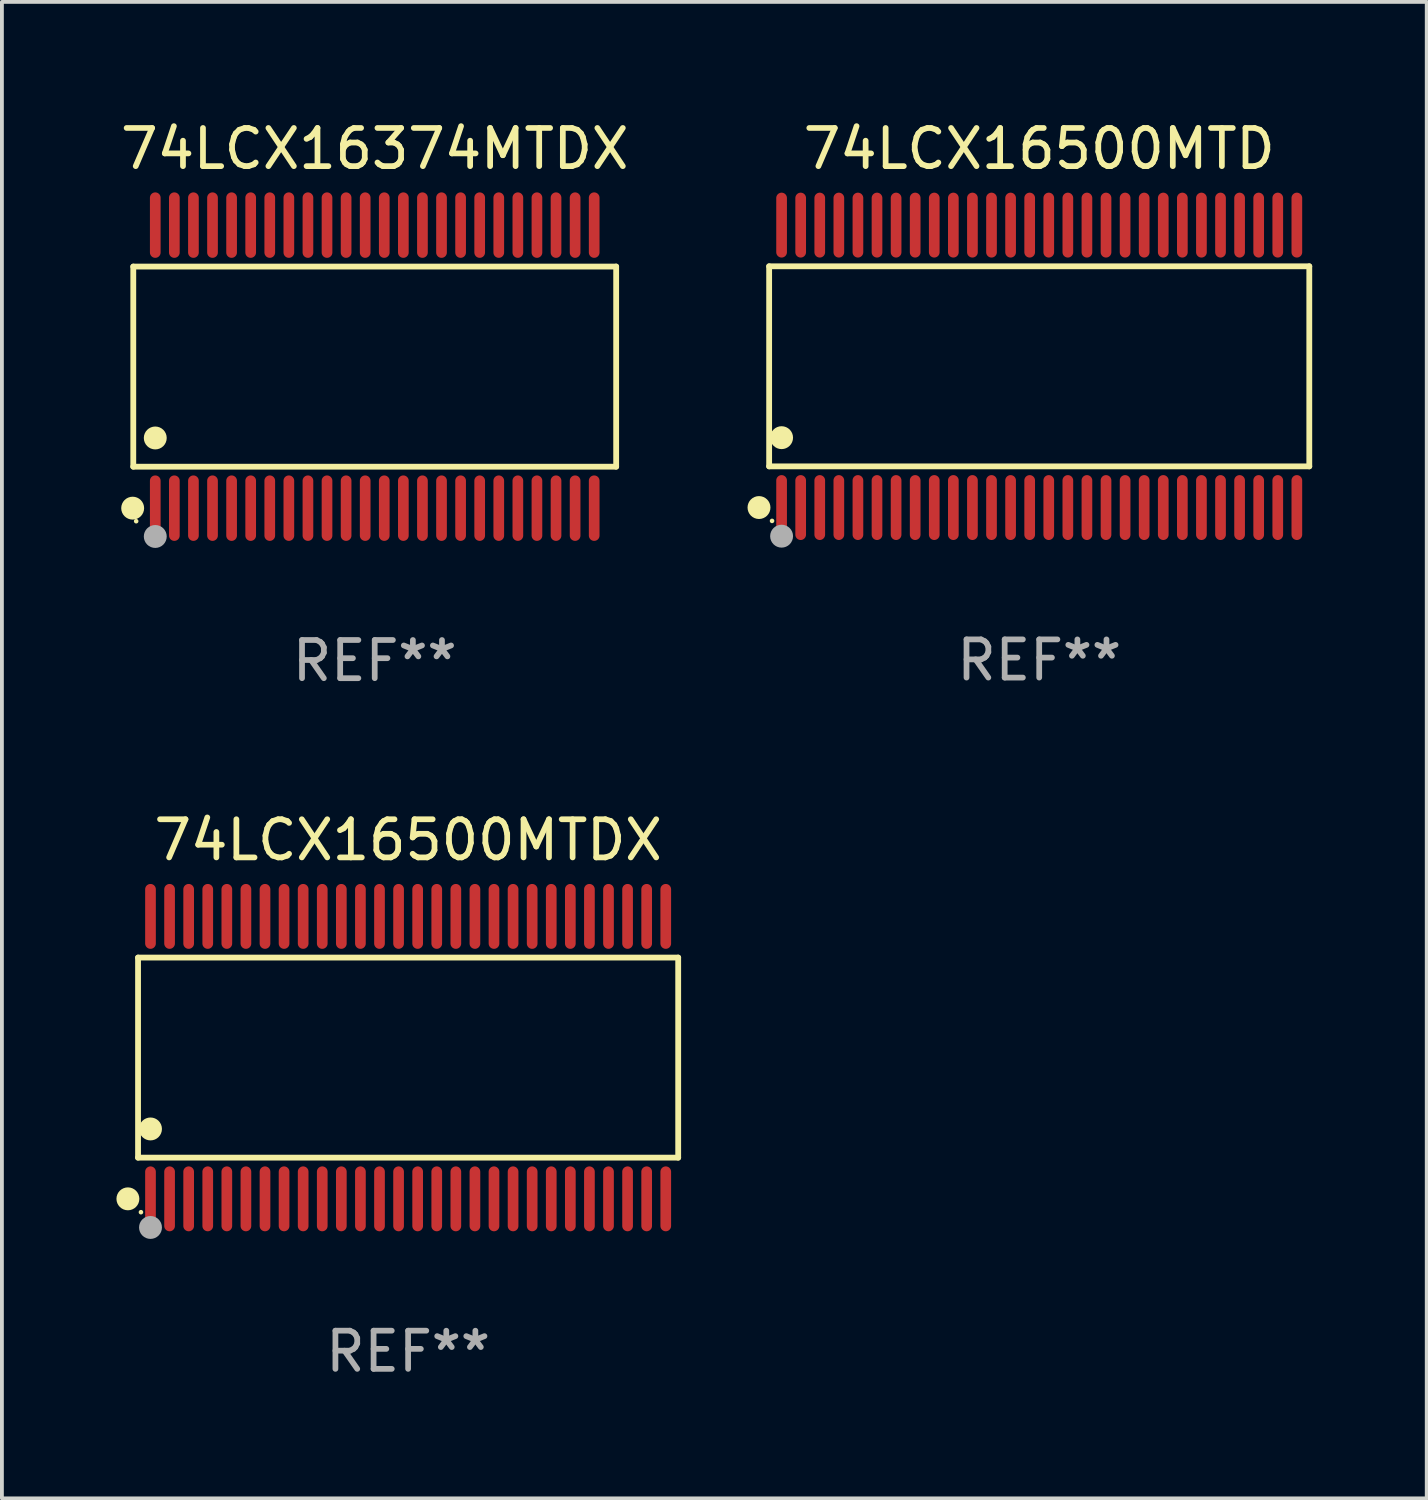
<source format=kicad_pcb>
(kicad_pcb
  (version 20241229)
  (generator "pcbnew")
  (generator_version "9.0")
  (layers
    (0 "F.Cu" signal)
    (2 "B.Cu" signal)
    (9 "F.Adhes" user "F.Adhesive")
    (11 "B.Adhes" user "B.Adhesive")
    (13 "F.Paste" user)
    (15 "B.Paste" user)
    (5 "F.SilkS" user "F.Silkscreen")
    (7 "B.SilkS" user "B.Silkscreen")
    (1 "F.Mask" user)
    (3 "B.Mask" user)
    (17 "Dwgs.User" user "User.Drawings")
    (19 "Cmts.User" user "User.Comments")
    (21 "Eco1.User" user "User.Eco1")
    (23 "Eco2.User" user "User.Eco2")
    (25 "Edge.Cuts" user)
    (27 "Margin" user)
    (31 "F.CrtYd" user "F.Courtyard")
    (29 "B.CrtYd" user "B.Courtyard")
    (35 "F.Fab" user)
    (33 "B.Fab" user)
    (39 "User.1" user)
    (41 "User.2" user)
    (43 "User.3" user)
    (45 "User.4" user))
  (footprint "74LCX16500MTD"
    (layer "F.Cu")
    (at 24.178 6.548)
    (property "Reference" "74LCX16500MTD" (at 0 -5.7 0) (layer "F.SilkS") (effects (font (size 1 1) (thickness 0.15))))
    (attr through_hole)
    (fp_line (start -7.076 -2.621) (end 7.076 -2.621) (stroke (width 0.152) (type solid)) (layer "F.SilkS"))
    (fp_line (start -7.076 2.621) (end -7.076 -2.621) (stroke (width 0.152) (type solid)) (layer "F.SilkS"))
    (fp_line (start 7.076 -2.621) (end 7.076 2.621) (stroke (width 0.152) (type solid)) (layer "F.SilkS"))
    (fp_line (start 7.076 2.621) (end -7.076 2.621) (stroke (width 0.152) (type solid)) (layer "F.SilkS"))
    (fp_circle (center -7.342 3.7) (end -7.192 3.7) (stroke (width 0.3) (type solid)) (fill no) (layer "F.SilkS"))
    (fp_circle (center -7 4.05) (end -6.97 4.05) (stroke (width 0.06) (type solid)) (fill no) (layer "F.SilkS"))
    (fp_circle (center -6.75 1.869) (end -6.6 1.869) (stroke (width 0.3) (type solid)) (fill no) (layer "F.SilkS"))
    (fp_circle (center -6.75 4.45) (end -6.6 4.45) (stroke (width 0.3) (type solid)) (fill no) (layer "F.Fab"))
    (fp_text user "REF**" (at 0 7.7 0) (layer "F.Fab") (effects (font (size 1 1) (thickness 0.15))))
    (pad "1" smd oval (at -6.75 3.7) (size 0.28 1.7) (layers "F.Cu" "F.Mask" "F.Paste"))
    (pad "2" smd oval (at -6.25 3.7) (size 0.28 1.7) (layers "F.Cu" "F.Mask" "F.Paste"))
    (pad "3" smd oval (at -5.75 3.7) (size 0.28 1.7) (layers "F.Cu" "F.Mask" "F.Paste"))
    (pad "4" smd oval (at -5.25 3.7) (size 0.28 1.7) (layers "F.Cu" "F.Mask" "F.Paste"))
    (pad "5" smd oval (at -4.75 3.7) (size 0.28 1.7) (layers "F.Cu" "F.Mask" "F.Paste"))
    (pad "6" smd oval (at -4.25 3.7) (size 0.28 1.7) (layers "F.Cu" "F.Mask" "F.Paste"))
    (pad "7" smd oval (at -3.75 3.7) (size 0.28 1.7) (layers "F.Cu" "F.Mask" "F.Paste"))
    (pad "8" smd oval (at -3.25 3.7) (size 0.28 1.7) (layers "F.Cu" "F.Mask" "F.Paste"))
    (pad "9" smd oval (at -2.75 3.7) (size 0.28 1.7) (layers "F.Cu" "F.Mask" "F.Paste"))
    (pad "10" smd oval (at -2.25 3.7) (size 0.28 1.7) (layers "F.Cu" "F.Mask" "F.Paste"))
    (pad "11" smd oval (at -1.75 3.7) (size 0.28 1.7) (layers "F.Cu" "F.Mask" "F.Paste"))
    (pad "12" smd oval (at -1.25 3.7) (size 0.28 1.7) (layers "F.Cu" "F.Mask" "F.Paste"))
    (pad "13" smd oval (at -0.75 3.7) (size 0.28 1.7) (layers "F.Cu" "F.Mask" "F.Paste"))
    (pad "14" smd oval (at -0.25 3.7) (size 0.28 1.7) (layers "F.Cu" "F.Mask" "F.Paste"))
    (pad "15" smd oval (at 0.25 3.7) (size 0.28 1.7) (layers "F.Cu" "F.Mask" "F.Paste"))
    (pad "16" smd oval (at 0.75 3.7) (size 0.28 1.7) (layers "F.Cu" "F.Mask" "F.Paste"))
    (pad "17" smd oval (at 1.25 3.7) (size 0.28 1.7) (layers "F.Cu" "F.Mask" "F.Paste"))
    (pad "18" smd oval (at 1.75 3.7) (size 0.28 1.7) (layers "F.Cu" "F.Mask" "F.Paste"))
    (pad "19" smd oval (at 2.25 3.7) (size 0.28 1.7) (layers "F.Cu" "F.Mask" "F.Paste"))
    (pad "20" smd oval (at 2.75 3.7) (size 0.28 1.7) (layers "F.Cu" "F.Mask" "F.Paste"))
    (pad "21" smd oval (at 3.25 3.7) (size 0.28 1.7) (layers "F.Cu" "F.Mask" "F.Paste"))
    (pad "22" smd oval (at 3.75 3.7) (size 0.28 1.7) (layers "F.Cu" "F.Mask" "F.Paste"))
    (pad "23" smd oval (at 4.25 3.7) (size 0.28 1.7) (layers "F.Cu" "F.Mask" "F.Paste"))
    (pad "24" smd oval (at 4.75 3.7) (size 0.28 1.7) (layers "F.Cu" "F.Mask" "F.Paste"))
    (pad "25" smd oval (at 5.25 3.7) (size 0.28 1.7) (layers "F.Cu" "F.Mask" "F.Paste"))
    (pad "26" smd oval (at 5.75 3.7) (size 0.28 1.7) (layers "F.Cu" "F.Mask" "F.Paste"))
    (pad "27" smd oval (at 6.25 3.7) (size 0.28 1.7) (layers "F.Cu" "F.Mask" "F.Paste"))
    (pad "28" smd oval (at 6.75 3.7) (size 0.28 1.7) (layers "F.Cu" "F.Mask" "F.Paste"))
    (pad "29" smd oval (at 6.75 -3.7) (size 0.28 1.7) (layers "F.Cu" "F.Mask" "F.Paste"))
    (pad "30" smd oval (at 6.25 -3.7) (size 0.28 1.7) (layers "F.Cu" "F.Mask" "F.Paste"))
    (pad "31" smd oval (at 5.75 -3.7) (size 0.28 1.7) (layers "F.Cu" "F.Mask" "F.Paste"))
    (pad "32" smd oval (at 5.25 -3.7) (size 0.28 1.7) (layers "F.Cu" "F.Mask" "F.Paste"))
    (pad "33" smd oval (at 4.75 -3.7) (size 0.28 1.7) (layers "F.Cu" "F.Mask" "F.Paste"))
    (pad "34" smd oval (at 4.25 -3.7) (size 0.28 1.7) (layers "F.Cu" "F.Mask" "F.Paste"))
    (pad "35" smd oval (at 3.75 -3.7) (size 0.28 1.7) (layers "F.Cu" "F.Mask" "F.Paste"))
    (pad "36" smd oval (at 3.25 -3.7) (size 0.28 1.7) (layers "F.Cu" "F.Mask" "F.Paste"))
    (pad "37" smd oval (at 2.75 -3.7) (size 0.28 1.7) (layers "F.Cu" "F.Mask" "F.Paste"))
    (pad "38" smd oval (at 2.25 -3.7) (size 0.28 1.7) (layers "F.Cu" "F.Mask" "F.Paste"))
    (pad "39" smd oval (at 1.75 -3.7) (size 0.28 1.7) (layers "F.Cu" "F.Mask" "F.Paste"))
    (pad "40" smd oval (at 1.25 -3.7) (size 0.28 1.7) (layers "F.Cu" "F.Mask" "F.Paste"))
    (pad "41" smd oval (at 0.75 -3.7) (size 0.28 1.7) (layers "F.Cu" "F.Mask" "F.Paste"))
    (pad "42" smd oval (at 0.25 -3.7) (size 0.28 1.7) (layers "F.Cu" "F.Mask" "F.Paste"))
    (pad "43" smd oval (at -0.25 -3.7) (size 0.28 1.7) (layers "F.Cu" "F.Mask" "F.Paste"))
    (pad "44" smd oval (at -0.75 -3.7) (size 0.28 1.7) (layers "F.Cu" "F.Mask" "F.Paste"))
    (pad "45" smd oval (at -1.25 -3.7) (size 0.28 1.7) (layers "F.Cu" "F.Mask" "F.Paste"))
    (pad "46" smd oval (at -1.75 -3.7) (size 0.28 1.7) (layers "F.Cu" "F.Mask" "F.Paste"))
    (pad "47" smd oval (at -2.25 -3.7) (size 0.28 1.7) (layers "F.Cu" "F.Mask" "F.Paste"))
    (pad "48" smd oval (at -2.75 -3.7) (size 0.28 1.7) (layers "F.Cu" "F.Mask" "F.Paste"))
    (pad "49" smd oval (at -3.25 -3.7) (size 0.28 1.7) (layers "F.Cu" "F.Mask" "F.Paste"))
    (pad "50" smd oval (at -3.75 -3.7) (size 0.28 1.7) (layers "F.Cu" "F.Mask" "F.Paste"))
    (pad "51" smd oval (at -4.25 -3.7) (size 0.28 1.7) (layers "F.Cu" "F.Mask" "F.Paste"))
    (pad "52" smd oval (at -4.75 -3.7) (size 0.28 1.7) (layers "F.Cu" "F.Mask" "F.Paste"))
    (pad "53" smd oval (at -5.25 -3.7) (size 0.28 1.7) (layers "F.Cu" "F.Mask" "F.Paste"))
    (pad "54" smd oval (at -5.75 -3.7) (size 0.28 1.7) (layers "F.Cu" "F.Mask" "F.Paste"))
    (pad "55" smd oval (at -6.25 -3.7) (size 0.28 1.7) (layers "F.Cu" "F.Mask" "F.Paste"))
    (pad "56" smd oval (at -6.75 -3.7) (size 0.28 1.7) (layers "F.Cu" "F.Mask" "F.Paste")))
  (footprint "74LCX16374MTDX"
    (layer "F.Cu")
    (at 6.768 6.556)
    (property "Reference" "74LCX16374MTDX" (at 0 -5.708 0) (layer "F.SilkS") (effects (font (size 1 1) (thickness 0.15))))
    (attr through_hole)
    (fp_line (start -6.326 -2.622) (end 6.326 -2.622) (stroke (width 0.152) (type solid)) (layer "F.SilkS"))
    (fp_line (start -6.326 2.621) (end -6.326 -2.622) (stroke (width 0.152) (type solid)) (layer "F.SilkS"))
    (fp_line (start 6.326 -2.622) (end 6.326 2.621) (stroke (width 0.152) (type solid)) (layer "F.SilkS"))
    (fp_line (start 6.326 2.621) (end -6.326 2.621) (stroke (width 0.152) (type solid)) (layer "F.SilkS"))
    (fp_circle (center -6.342 3.708) (end -6.192 3.708) (stroke (width 0.3) (type solid)) (fill no) (layer "F.SilkS"))
    (fp_circle (center -6.25 4.05) (end -6.22 4.05) (stroke (width 0.06) (type solid)) (fill no) (layer "F.SilkS"))
    (fp_circle (center -5.75 1.869) (end -5.6 1.869) (stroke (width 0.3) (type solid)) (fill no) (layer "F.SilkS"))
    (fp_circle (center -5.75 4.45) (end -5.6 4.45) (stroke (width 0.3) (type solid)) (fill no) (layer "F.Fab"))
    (fp_text user "REF**" (at 0 7.708 0) (layer "F.Fab") (effects (font (size 1 1) (thickness 0.15))))
    (pad "1" smd oval (at -5.75 3.708) (size 0.28 1.715) (layers "F.Cu" "F.Mask" "F.Paste"))
    (pad "2" smd oval (at -5.25 3.708) (size 0.28 1.715) (layers "F.Cu" "F.Mask" "F.Paste"))
    (pad "3" smd oval (at -4.75 3.708) (size 0.28 1.715) (layers "F.Cu" "F.Mask" "F.Paste"))
    (pad "4" smd oval (at -4.25 3.708) (size 0.28 1.715) (layers "F.Cu" "F.Mask" "F.Paste"))
    (pad "5" smd oval (at -3.75 3.708) (size 0.28 1.715) (layers "F.Cu" "F.Mask" "F.Paste"))
    (pad "6" smd oval (at -3.25 3.708) (size 0.28 1.715) (layers "F.Cu" "F.Mask" "F.Paste"))
    (pad "7" smd oval (at -2.75 3.708) (size 0.28 1.715) (layers "F.Cu" "F.Mask" "F.Paste"))
    (pad "8" smd oval (at -2.25 3.708) (size 0.28 1.715) (layers "F.Cu" "F.Mask" "F.Paste"))
    (pad "9" smd oval (at -1.75 3.708) (size 0.28 1.715) (layers "F.Cu" "F.Mask" "F.Paste"))
    (pad "10" smd oval (at -1.25 3.708) (size 0.28 1.715) (layers "F.Cu" "F.Mask" "F.Paste"))
    (pad "11" smd oval (at -0.75 3.708) (size 0.28 1.715) (layers "F.Cu" "F.Mask" "F.Paste"))
    (pad "12" smd oval (at -0.25 3.708) (size 0.28 1.715) (layers "F.Cu" "F.Mask" "F.Paste"))
    (pad "13" smd oval (at 0.25 3.708) (size 0.28 1.715) (layers "F.Cu" "F.Mask" "F.Paste"))
    (pad "14" smd oval (at 0.75 3.708) (size 0.28 1.715) (layers "F.Cu" "F.Mask" "F.Paste"))
    (pad "15" smd oval (at 1.25 3.708) (size 0.28 1.715) (layers "F.Cu" "F.Mask" "F.Paste"))
    (pad "16" smd oval (at 1.75 3.708) (size 0.28 1.715) (layers "F.Cu" "F.Mask" "F.Paste"))
    (pad "17" smd oval (at 2.25 3.708) (size 0.28 1.715) (layers "F.Cu" "F.Mask" "F.Paste"))
    (pad "18" smd oval (at 2.75 3.708) (size 0.28 1.715) (layers "F.Cu" "F.Mask" "F.Paste"))
    (pad "19" smd oval (at 3.25 3.708) (size 0.28 1.715) (layers "F.Cu" "F.Mask" "F.Paste"))
    (pad "20" smd oval (at 3.75 3.708) (size 0.28 1.715) (layers "F.Cu" "F.Mask" "F.Paste"))
    (pad "21" smd oval (at 4.25 3.708) (size 0.28 1.715) (layers "F.Cu" "F.Mask" "F.Paste"))
    (pad "22" smd oval (at 4.75 3.708) (size 0.28 1.715) (layers "F.Cu" "F.Mask" "F.Paste"))
    (pad "23" smd oval (at 5.25 3.708) (size 0.28 1.715) (layers "F.Cu" "F.Mask" "F.Paste"))
    (pad "24" smd oval (at 5.75 3.708) (size 0.28 1.715) (layers "F.Cu" "F.Mask" "F.Paste"))
    (pad "25" smd oval (at 5.75 -3.708) (size 0.28 1.715) (layers "F.Cu" "F.Mask" "F.Paste"))
    (pad "26" smd oval (at 5.25 -3.708) (size 0.28 1.715) (layers "F.Cu" "F.Mask" "F.Paste"))
    (pad "27" smd oval (at 4.75 -3.708) (size 0.28 1.715) (layers "F.Cu" "F.Mask" "F.Paste"))
    (pad "28" smd oval (at 4.25 -3.708) (size 0.28 1.715) (layers "F.Cu" "F.Mask" "F.Paste"))
    (pad "29" smd oval (at 3.75 -3.708) (size 0.28 1.715) (layers "F.Cu" "F.Mask" "F.Paste"))
    (pad "30" smd oval (at 3.25 -3.708) (size 0.28 1.715) (layers "F.Cu" "F.Mask" "F.Paste"))
    (pad "31" smd oval (at 2.75 -3.708) (size 0.28 1.715) (layers "F.Cu" "F.Mask" "F.Paste"))
    (pad "32" smd oval (at 2.25 -3.708) (size 0.28 1.715) (layers "F.Cu" "F.Mask" "F.Paste"))
    (pad "33" smd oval (at 1.75 -3.708) (size 0.28 1.715) (layers "F.Cu" "F.Mask" "F.Paste"))
    (pad "34" smd oval (at 1.25 -3.708) (size 0.28 1.715) (layers "F.Cu" "F.Mask" "F.Paste"))
    (pad "35" smd oval (at 0.75 -3.708) (size 0.28 1.715) (layers "F.Cu" "F.Mask" "F.Paste"))
    (pad "36" smd oval (at 0.25 -3.708) (size 0.28 1.715) (layers "F.Cu" "F.Mask" "F.Paste"))
    (pad "37" smd oval (at -0.25 -3.708) (size 0.28 1.715) (layers "F.Cu" "F.Mask" "F.Paste"))
    (pad "38" smd oval (at -0.75 -3.708) (size 0.28 1.715) (layers "F.Cu" "F.Mask" "F.Paste"))
    (pad "39" smd oval (at -1.25 -3.708) (size 0.28 1.715) (layers "F.Cu" "F.Mask" "F.Paste"))
    (pad "40" smd oval (at -1.75 -3.708) (size 0.28 1.715) (layers "F.Cu" "F.Mask" "F.Paste"))
    (pad "41" smd oval (at -2.25 -3.708) (size 0.28 1.715) (layers "F.Cu" "F.Mask" "F.Paste"))
    (pad "42" smd oval (at -2.75 -3.708) (size 0.28 1.715) (layers "F.Cu" "F.Mask" "F.Paste"))
    (pad "43" smd oval (at -3.25 -3.708) (size 0.28 1.715) (layers "F.Cu" "F.Mask" "F.Paste"))
    (pad "44" smd oval (at -3.75 -3.708) (size 0.28 1.715) (layers "F.Cu" "F.Mask" "F.Paste"))
    (pad "45" smd oval (at -4.25 -3.708) (size 0.28 1.715) (layers "F.Cu" "F.Mask" "F.Paste"))
    (pad "46" smd oval (at -4.75 -3.708) (size 0.28 1.715) (layers "F.Cu" "F.Mask" "F.Paste"))
    (pad "47" smd oval (at -5.25 -3.708) (size 0.28 1.715) (layers "F.Cu" "F.Mask" "F.Paste"))
    (pad "48" smd oval (at -5.75 -3.708) (size 0.28 1.715) (layers "F.Cu" "F.Mask" "F.Paste")))
  (footprint "74LCX16500MTDX"
    (layer "F.Cu")
    (at 7.643 24.66)
    (property "Reference" "74LCX16500MTDX" (at 0 -5.7 0) (layer "F.SilkS") (effects (font (size 1 1) (thickness 0.15))))
    (attr through_hole)
    (fp_line (start -7.076 -2.621) (end 7.076 -2.621) (stroke (width 0.152) (type solid)) (layer "F.SilkS"))
    (fp_line (start -7.076 2.621) (end -7.076 -2.621) (stroke (width 0.152) (type solid)) (layer "F.SilkS"))
    (fp_line (start 7.076 -2.621) (end 7.076 2.621) (stroke (width 0.152) (type solid)) (layer "F.SilkS"))
    (fp_line (start 7.076 2.621) (end -7.076 2.621) (stroke (width 0.152) (type solid)) (layer "F.SilkS"))
    (fp_circle (center -7.342 3.7) (end -7.192 3.7) (stroke (width 0.3) (type solid)) (fill no) (layer "F.SilkS"))
    (fp_circle (center -7 4.05) (end -6.97 4.05) (stroke (width 0.06) (type solid)) (fill no) (layer "F.SilkS"))
    (fp_circle (center -6.75 1.869) (end -6.6 1.869) (stroke (width 0.3) (type solid)) (fill no) (layer "F.SilkS"))
    (fp_circle (center -6.75 4.45) (end -6.6 4.45) (stroke (width 0.3) (type solid)) (fill no) (layer "F.Fab"))
    (fp_text user "REF**" (at 0 7.7 0) (layer "F.Fab") (effects (font (size 1 1) (thickness 0.15))))
    (pad "1" smd oval (at -6.75 3.7) (size 0.28 1.7) (layers "F.Cu" "F.Mask" "F.Paste"))
    (pad "2" smd oval (at -6.25 3.7) (size 0.28 1.7) (layers "F.Cu" "F.Mask" "F.Paste"))
    (pad "3" smd oval (at -5.75 3.7) (size 0.28 1.7) (layers "F.Cu" "F.Mask" "F.Paste"))
    (pad "4" smd oval (at -5.25 3.7) (size 0.28 1.7) (layers "F.Cu" "F.Mask" "F.Paste"))
    (pad "5" smd oval (at -4.75 3.7) (size 0.28 1.7) (layers "F.Cu" "F.Mask" "F.Paste"))
    (pad "6" smd oval (at -4.25 3.7) (size 0.28 1.7) (layers "F.Cu" "F.Mask" "F.Paste"))
    (pad "7" smd oval (at -3.75 3.7) (size 0.28 1.7) (layers "F.Cu" "F.Mask" "F.Paste"))
    (pad "8" smd oval (at -3.25 3.7) (size 0.28 1.7) (layers "F.Cu" "F.Mask" "F.Paste"))
    (pad "9" smd oval (at -2.75 3.7) (size 0.28 1.7) (layers "F.Cu" "F.Mask" "F.Paste"))
    (pad "10" smd oval (at -2.25 3.7) (size 0.28 1.7) (layers "F.Cu" "F.Mask" "F.Paste"))
    (pad "11" smd oval (at -1.75 3.7) (size 0.28 1.7) (layers "F.Cu" "F.Mask" "F.Paste"))
    (pad "12" smd oval (at -1.25 3.7) (size 0.28 1.7) (layers "F.Cu" "F.Mask" "F.Paste"))
    (pad "13" smd oval (at -0.75 3.7) (size 0.28 1.7) (layers "F.Cu" "F.Mask" "F.Paste"))
    (pad "14" smd oval (at -0.25 3.7) (size 0.28 1.7) (layers "F.Cu" "F.Mask" "F.Paste"))
    (pad "15" smd oval (at 0.25 3.7) (size 0.28 1.7) (layers "F.Cu" "F.Mask" "F.Paste"))
    (pad "16" smd oval (at 0.75 3.7) (size 0.28 1.7) (layers "F.Cu" "F.Mask" "F.Paste"))
    (pad "17" smd oval (at 1.25 3.7) (size 0.28 1.7) (layers "F.Cu" "F.Mask" "F.Paste"))
    (pad "18" smd oval (at 1.75 3.7) (size 0.28 1.7) (layers "F.Cu" "F.Mask" "F.Paste"))
    (pad "19" smd oval (at 2.25 3.7) (size 0.28 1.7) (layers "F.Cu" "F.Mask" "F.Paste"))
    (pad "20" smd oval (at 2.75 3.7) (size 0.28 1.7) (layers "F.Cu" "F.Mask" "F.Paste"))
    (pad "21" smd oval (at 3.25 3.7) (size 0.28 1.7) (layers "F.Cu" "F.Mask" "F.Paste"))
    (pad "22" smd oval (at 3.75 3.7) (size 0.28 1.7) (layers "F.Cu" "F.Mask" "F.Paste"))
    (pad "23" smd oval (at 4.25 3.7) (size 0.28 1.7) (layers "F.Cu" "F.Mask" "F.Paste"))
    (pad "24" smd oval (at 4.75 3.7) (size 0.28 1.7) (layers "F.Cu" "F.Mask" "F.Paste"))
    (pad "25" smd oval (at 5.25 3.7) (size 0.28 1.7) (layers "F.Cu" "F.Mask" "F.Paste"))
    (pad "26" smd oval (at 5.75 3.7) (size 0.28 1.7) (layers "F.Cu" "F.Mask" "F.Paste"))
    (pad "27" smd oval (at 6.25 3.7) (size 0.28 1.7) (layers "F.Cu" "F.Mask" "F.Paste"))
    (pad "28" smd oval (at 6.75 3.7) (size 0.28 1.7) (layers "F.Cu" "F.Mask" "F.Paste"))
    (pad "29" smd oval (at 6.75 -3.7) (size 0.28 1.7) (layers "F.Cu" "F.Mask" "F.Paste"))
    (pad "30" smd oval (at 6.25 -3.7) (size 0.28 1.7) (layers "F.Cu" "F.Mask" "F.Paste"))
    (pad "31" smd oval (at 5.75 -3.7) (size 0.28 1.7) (layers "F.Cu" "F.Mask" "F.Paste"))
    (pad "32" smd oval (at 5.25 -3.7) (size 0.28 1.7) (layers "F.Cu" "F.Mask" "F.Paste"))
    (pad "33" smd oval (at 4.75 -3.7) (size 0.28 1.7) (layers "F.Cu" "F.Mask" "F.Paste"))
    (pad "34" smd oval (at 4.25 -3.7) (size 0.28 1.7) (layers "F.Cu" "F.Mask" "F.Paste"))
    (pad "35" smd oval (at 3.75 -3.7) (size 0.28 1.7) (layers "F.Cu" "F.Mask" "F.Paste"))
    (pad "36" smd oval (at 3.25 -3.7) (size 0.28 1.7) (layers "F.Cu" "F.Mask" "F.Paste"))
    (pad "37" smd oval (at 2.75 -3.7) (size 0.28 1.7) (layers "F.Cu" "F.Mask" "F.Paste"))
    (pad "38" smd oval (at 2.25 -3.7) (size 0.28 1.7) (layers "F.Cu" "F.Mask" "F.Paste"))
    (pad "39" smd oval (at 1.75 -3.7) (size 0.28 1.7) (layers "F.Cu" "F.Mask" "F.Paste"))
    (pad "40" smd oval (at 1.25 -3.7) (size 0.28 1.7) (layers "F.Cu" "F.Mask" "F.Paste"))
    (pad "41" smd oval (at 0.75 -3.7) (size 0.28 1.7) (layers "F.Cu" "F.Mask" "F.Paste"))
    (pad "42" smd oval (at 0.25 -3.7) (size 0.28 1.7) (layers "F.Cu" "F.Mask" "F.Paste"))
    (pad "43" smd oval (at -0.25 -3.7) (size 0.28 1.7) (layers "F.Cu" "F.Mask" "F.Paste"))
    (pad "44" smd oval (at -0.75 -3.7) (size 0.28 1.7) (layers "F.Cu" "F.Mask" "F.Paste"))
    (pad "45" smd oval (at -1.25 -3.7) (size 0.28 1.7) (layers "F.Cu" "F.Mask" "F.Paste"))
    (pad "46" smd oval (at -1.75 -3.7) (size 0.28 1.7) (layers "F.Cu" "F.Mask" "F.Paste"))
    (pad "47" smd oval (at -2.25 -3.7) (size 0.28 1.7) (layers "F.Cu" "F.Mask" "F.Paste"))
    (pad "48" smd oval (at -2.75 -3.7) (size 0.28 1.7) (layers "F.Cu" "F.Mask" "F.Paste"))
    (pad "49" smd oval (at -3.25 -3.7) (size 0.28 1.7) (layers "F.Cu" "F.Mask" "F.Paste"))
    (pad "50" smd oval (at -3.75 -3.7) (size 0.28 1.7) (layers "F.Cu" "F.Mask" "F.Paste"))
    (pad "51" smd oval (at -4.25 -3.7) (size 0.28 1.7) (layers "F.Cu" "F.Mask" "F.Paste"))
    (pad "52" smd oval (at -4.75 -3.7) (size 0.28 1.7) (layers "F.Cu" "F.Mask" "F.Paste"))
    (pad "53" smd oval (at -5.25 -3.7) (size 0.28 1.7) (layers "F.Cu" "F.Mask" "F.Paste"))
    (pad "54" smd oval (at -5.75 -3.7) (size 0.28 1.7) (layers "F.Cu" "F.Mask" "F.Paste"))
    (pad "55" smd oval (at -6.25 -3.7) (size 0.28 1.7) (layers "F.Cu" "F.Mask" "F.Paste"))
    (pad "56" smd oval (at -6.75 -3.7) (size 0.28 1.7) (layers "F.Cu" "F.Mask" "F.Paste")))
  (gr_rect
    (start -3 -3)
    (end 34.331 36.208)
    (stroke (width 0.1) (type default))
    (fill no)
    (layer "Edge.Cuts")))
</source>
